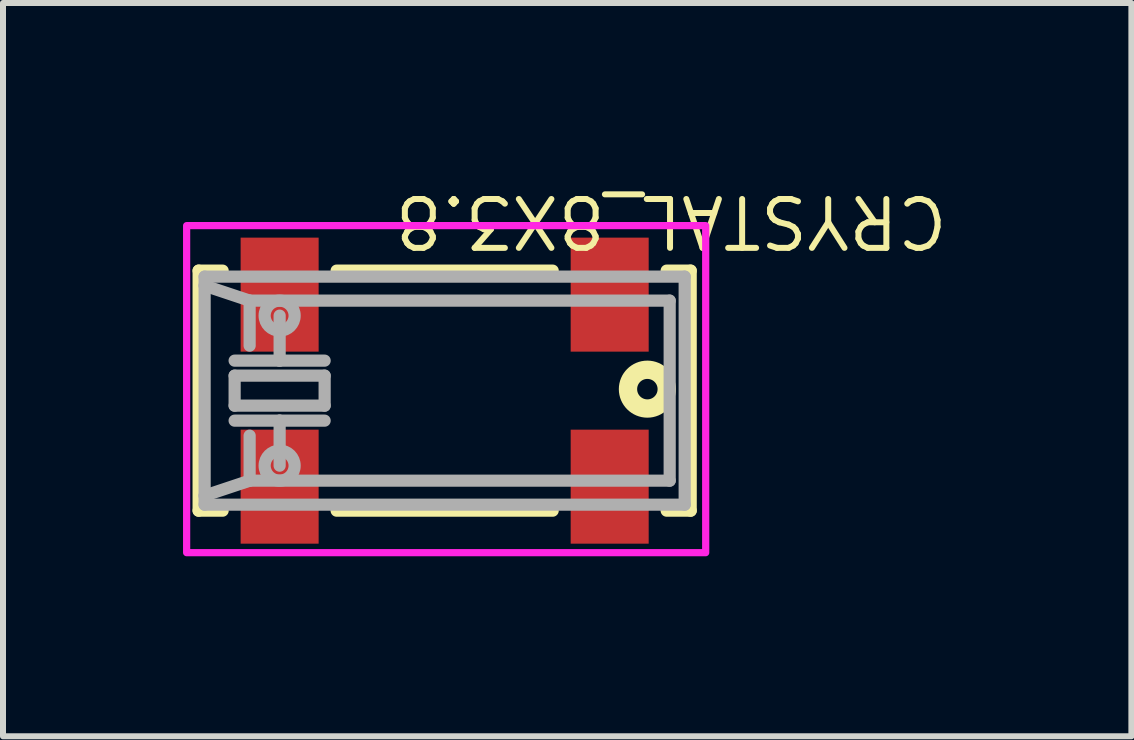
<source format=kicad_pcb>
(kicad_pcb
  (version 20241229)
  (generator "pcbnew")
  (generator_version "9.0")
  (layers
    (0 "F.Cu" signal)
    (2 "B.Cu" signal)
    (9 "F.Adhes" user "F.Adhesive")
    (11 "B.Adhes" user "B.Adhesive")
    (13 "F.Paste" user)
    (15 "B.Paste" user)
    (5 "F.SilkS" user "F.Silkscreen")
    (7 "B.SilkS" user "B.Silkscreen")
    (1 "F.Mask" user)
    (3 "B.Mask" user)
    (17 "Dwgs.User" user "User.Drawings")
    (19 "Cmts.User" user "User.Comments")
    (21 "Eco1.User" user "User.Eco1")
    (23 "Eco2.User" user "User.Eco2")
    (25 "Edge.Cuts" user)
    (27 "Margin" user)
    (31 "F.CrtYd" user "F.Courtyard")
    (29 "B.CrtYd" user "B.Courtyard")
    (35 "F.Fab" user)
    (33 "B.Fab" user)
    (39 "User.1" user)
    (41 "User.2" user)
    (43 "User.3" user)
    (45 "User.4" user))
  (footprint "CRYSTAL_8X3.8"
    (layer "F.Cu")
    (at 4.36 3.46)
    (property "Reference" "CRYSTAL_8X3.8" (at -0.884 -2.346 180) (unlocked yes) (layer "F.SilkS") (effects (font (size 0.814 0.814) (thickness 0.1)) (justify right top)))
    (fp_line (start -4.1 -2) (end -4.1 2) (stroke (width 0.203) (type solid)) (layer "F.SilkS"))
    (fp_line (start -4.1 2) (end -3.7 2) (stroke (width 0.203) (type solid)) (layer "F.SilkS"))
    (fp_line (start -3.7 -2) (end -4.1 -2) (stroke (width 0.203) (type solid)) (layer "F.SilkS"))
    (fp_line (start -1.8 -2) (end 1.8 -2) (stroke (width 0.203) (type solid)) (layer "F.SilkS"))
    (fp_line (start -1.8 2) (end 1.8 2) (stroke (width 0.203) (type solid)) (layer "F.SilkS"))
    (fp_line (start 3.7 -2) (end 4.1 -2) (stroke (width 0.203) (type solid)) (layer "F.SilkS"))
    (fp_line (start 4.1 -2) (end 4.1 2) (stroke (width 0.203) (type solid)) (layer "F.SilkS"))
    (fp_line (start 4.1 2) (end 3.7 2) (stroke (width 0.203) (type solid)) (layer "F.SilkS"))
    (fp_circle (center 3.378 -0.025) (end 3.701 -0.025) (stroke (width 0.305) (type solid)) (fill no) (layer "F.SilkS"))
    (fp_rect (start -4.3 -2.75) (end 4.35 2.7) (stroke (width 0.12) (type default)) (fill no) (layer "F.CrtYd"))
    (fp_line (start -4 -1.9) (end 4 -1.9) (stroke (width 0.203) (type solid)) (layer "F.Fab"))
    (fp_line (start -4 -1.75) (end -4 -1.9) (stroke (width 0.203) (type solid)) (layer "F.Fab"))
    (fp_line (start -4 -1.75) (end -3.25 -1.5) (stroke (width 0.203) (type solid)) (layer "F.Fab"))
    (fp_line (start -4 1.75) (end -4 -1.75) (stroke (width 0.203) (type solid)) (layer "F.Fab"))
    (fp_line (start -4 1.75) (end -3.25 1.5) (stroke (width 0.203) (type solid)) (layer "F.Fab"))
    (fp_line (start -4 1.9) (end -4 1.75) (stroke (width 0.203) (type solid)) (layer "F.Fab"))
    (fp_line (start -3.5 -0.5) (end -2.75 -0.5) (stroke (width 0.203) (type solid)) (layer "F.Fab"))
    (fp_line (start -3.5 -0.25) (end -2 -0.25) (stroke (width 0.203) (type solid)) (layer "F.Fab"))
    (fp_line (start -3.5 0.25) (end -3.5 -0.25) (stroke (width 0.203) (type solid)) (layer "F.Fab"))
    (fp_line (start -3.5 0.5) (end -2.75 0.5) (stroke (width 0.203) (type solid)) (layer "F.Fab"))
    (fp_line (start -3.25 -1.5) (end -3.25 -0.75) (stroke (width 0.203) (type solid)) (layer "F.Fab"))
    (fp_line (start -3.25 -1.5) (end 3.75 -1.5) (stroke (width 0.203) (type solid)) (layer "F.Fab"))
    (fp_line (start -3.25 1.5) (end -3.25 0.75) (stroke (width 0.203) (type solid)) (layer "F.Fab"))
    (fp_line (start -2.75 -0.5) (end -2.75 -1.25) (stroke (width 0.203) (type solid)) (layer "F.Fab"))
    (fp_line (start -2.75 -0.5) (end -2 -0.5) (stroke (width 0.203) (type solid)) (layer "F.Fab"))
    (fp_line (start -2.75 0.5) (end -2.75 1.25) (stroke (width 0.203) (type solid)) (layer "F.Fab"))
    (fp_line (start -2.75 0.5) (end -2 0.5) (stroke (width 0.203) (type solid)) (layer "F.Fab"))
    (fp_line (start -2 -0.25) (end -2 0.25) (stroke (width 0.203) (type solid)) (layer "F.Fab"))
    (fp_line (start -2 0.25) (end -3.5 0.25) (stroke (width 0.203) (type solid)) (layer "F.Fab"))
    (fp_line (start 3.75 -1.5) (end 3.75 1.5) (stroke (width 0.203) (type solid)) (layer "F.Fab"))
    (fp_line (start 3.75 1.5) (end -3.25 1.5) (stroke (width 0.203) (type solid)) (layer "F.Fab"))
    (fp_line (start 4 -1.9) (end 4 1.9) (stroke (width 0.203) (type solid)) (layer "F.Fab"))
    (fp_line (start 4 1.9) (end -4 1.9) (stroke (width 0.203) (type solid)) (layer "F.Fab"))
    (fp_circle (center -2.75 -1.25) (end -2.5 -1.25) (stroke (width 0.203) (type solid)) (fill no) (layer "F.Fab"))
    (fp_circle (center -2.75 1.25) (end -2.5 1.25) (stroke (width 0.203) (type solid)) (fill no) (layer "F.Fab"))
    (pad "1" smd rect (at -2.75 1.6) (size 1.3 1.9) (layers "F.Cu" "F.Mask" "F.Paste"))
    (pad "2" smd rect (at 2.75 1.6) (size 1.3 1.9) (layers "F.Cu" "F.Mask" "F.Paste"))
    (pad "3" smd rect (at 2.75 -1.6) (size 1.3 1.9) (layers "F.Cu" "F.Mask" "F.Paste"))
    (pad "4" smd rect (at -2.75 -1.6) (size 1.3 1.9) (layers "F.Cu" "F.Mask" "F.Paste")))
  (gr_rect
    (start -3 -3)
    (end 15.804 9.22)
    (stroke (width 0.1) (type default))
    (fill no)
    (layer "Edge.Cuts")))
</source>
